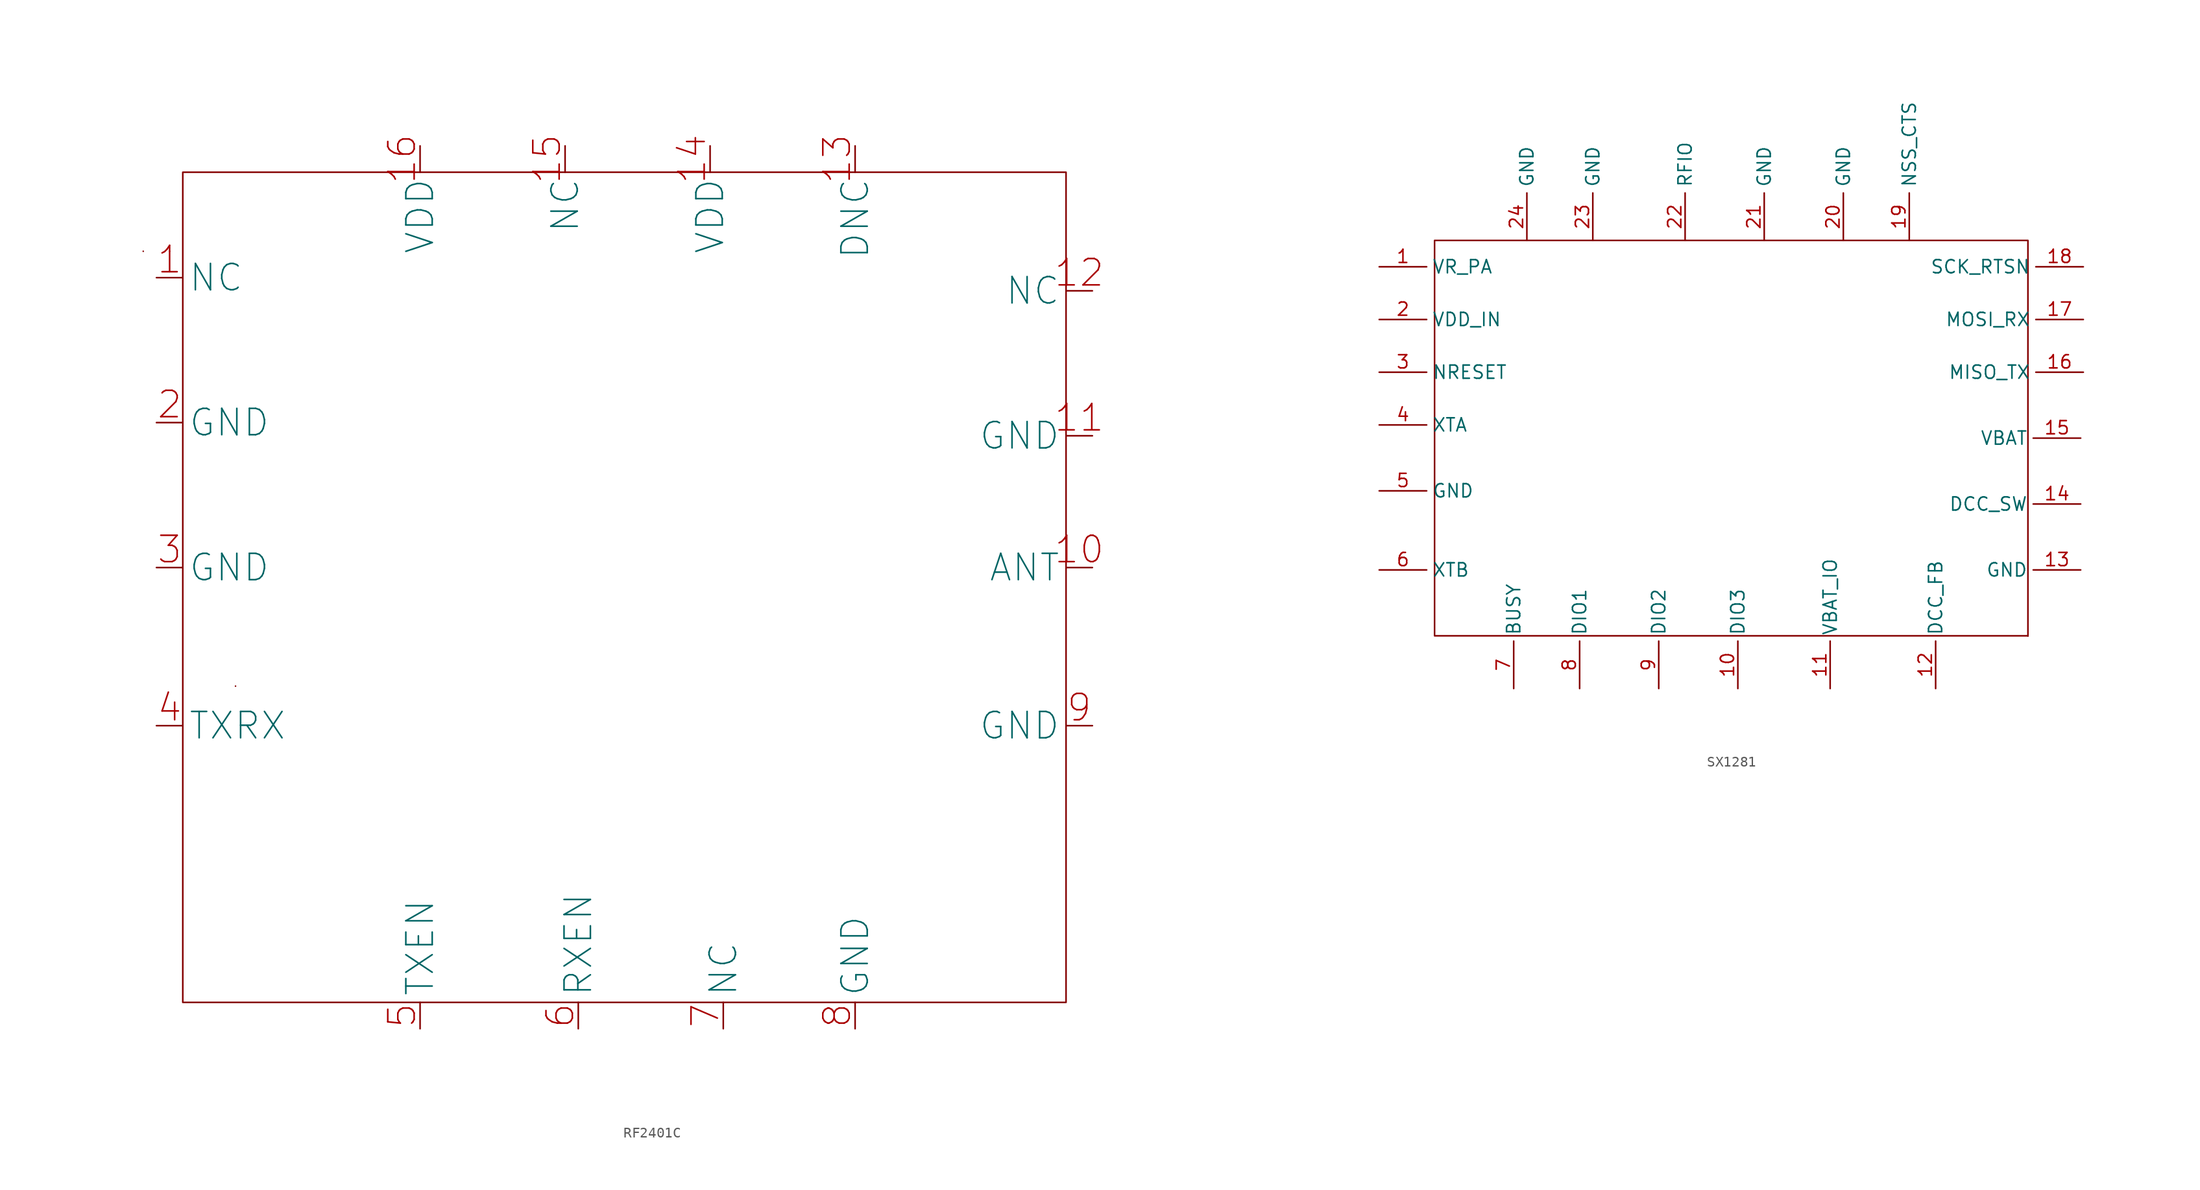
<source format=kicad_sym>
(kicad_symbol_lib
  (version 20241209)
  (generator "kicad_symbol_editor")
  (generator_version "9.0")
  (symbol "RF2401C"
    (property "Reference" "U"
      (at -90.17 -13.97 0)
      (effects (font (size 1.27 1.27)) (hide yes)))
    (property "Value" ""
      (at 0 0 0)
      (effects (font (size 1.27 1.27))))
    (symbol "RF2401C_0_1"
      (rectangle (start -97.79 27.94) (end -97.79 27.94) (stroke (width 0) (type default)) (fill (type none)))
      (rectangle (start -95.25 27.94) (end -95.25 27.94) (stroke (width 0) (type default)) (fill (type none)))
      (rectangle (start -93.98 35.56) (end -8.89 -44.45) (stroke (width 0) (type default)) (fill (type none)))
      (rectangle (start -88.9 -13.97) (end -88.9 -13.97) (stroke (width 0) (type default)) (fill (type none))))
    (symbol "RF2401C_1_1"
      (pin input line (at -96.52 25.4 0) (length 2.54) (name "NC" (effects (font (size 2.54 2.54)))) (number "1" (effects (font (size 2.54 2.54)))))
      (pin input line (at -96.52 11.43 0) (length 2.54) (name "GND" (effects (font (size 2.54 2.54)))) (number "2" (effects (font (size 2.54 2.54)))))
      (pin input line (at -96.52 -2.54 0) (length 2.54) (name "GND" (effects (font (size 2.54 2.54)))) (number "3" (effects (font (size 2.54 2.54)))))
      (pin input line (at -96.52 -17.78 0) (length 2.54) (name "TXRX" (effects (font (size 2.54 2.54)))) (number "4" (effects (font (size 2.54 2.54)))))
      (pin input line (at -71.12 38.1 270) (length 2.54) (name "VDD" (effects (font (size 2.54 2.54)))) (number "16" (effects (font (size 2.54 2.54)))))
      (pin input line (at -71.12 -46.99 90) (length 2.54) (name "TXEN" (effects (font (size 2.54 2.54)))) (number "5" (effects (font (size 2.54 2.54)))))
      (pin input line (at -57.15 38.1 270) (length 2.54) (name "NC" (effects (font (size 2.54 2.54)))) (number "15" (effects (font (size 2.54 2.54)))))
      (pin input line (at -55.88 -46.99 90) (length 2.54) (name "RXEN" (effects (font (size 2.54 2.54)))) (number "6" (effects (font (size 2.54 2.54)))))
      (pin input line (at -43.18 38.1 270) (length 2.54) (name "VDD" (effects (font (size 2.54 2.54)))) (number "14" (effects (font (size 2.54 2.54)))))
      (pin input line (at -41.91 -46.99 90) (length 2.54) (name "NC" (effects (font (size 2.54 2.54)))) (number "7" (effects (font (size 2.54 2.54)))))
      (pin input line (at -29.21 38.1 270) (length 2.54) (name "DNC" (effects (font (size 2.54 2.54)))) (number "13" (effects (font (size 2.54 2.54)))))
      (pin input line (at -29.21 -46.99 90) (length 2.54) (name "GND" (effects (font (size 2.54 2.54)))) (number "8" (effects (font (size 2.54 2.54)))))
      (pin input line (at -6.35 24.13 180) (length 2.54) (name "NC" (effects (font (size 2.54 2.54)))) (number "12" (effects (font (size 2.54 2.54)))))
      (pin input line (at -6.35 10.16 180) (length 2.54) (name "GND" (effects (font (size 2.54 2.54)))) (number "11" (effects (font (size 2.54 2.54)))))
      (pin input line (at -6.35 -2.54 180) (length 2.54) (name "ANT" (effects (font (size 2.54 2.54)))) (number "10" (effects (font (size 2.54 2.54)))))
      (pin input line (at -6.35 -17.78 180) (length 2.54) (name "GND" (effects (font (size 2.54 2.54)))) (number "9" (effects (font (size 2.54 2.54)))))))
  (symbol "SX1281"
    (property "Reference" "U"
      (at 0 0 0)
      (effects (font (size 1.27 1.27)) (hide yes)))
    (property "Value" ""
      (at 0 0 0)
      (effects (font (size 1.27 1.27))))
    (symbol "SX1281_0_1"
      (rectangle (start 25.4 -38.1) (end -31.75 0) (stroke (width 0) (type default)) (fill (type none)))
      (rectangle (start 25.4 -38.1) (end 25.4 -38.1) (stroke (width 0) (type default)) (fill (type none)))
      (rectangle (start 25.4 -38.1) (end 25.4 -38.1) (stroke (width 0) (type default)) (fill (type none)))
      (rectangle (start 25.4 -38.1) (end 25.4 -38.1) (stroke (width 0) (type default)) (fill (type none))))
    (symbol "SX1281_1_1"
      (pin input line (at -37.084 -2.54 0) (length 4.572) (name "VR_PA" (effects (font (size 1.27 1.27)))) (number "1" (effects (font (size 1.27 1.27)))))
      (pin input line (at -37.084 -7.62 0) (length 4.572) (name "VDD_IN" (effects (font (size 1.27 1.27)))) (number "2" (effects (font (size 1.27 1.27)))))
      (pin input line (at -37.084 -12.7 0) (length 4.572) (name "NRESET" (effects (font (size 1.27 1.27)))) (number "3" (effects (font (size 1.27 1.27)))))
      (pin input line (at -37.084 -17.78 0) (length 4.572) (name "XTA" (effects (font (size 1.27 1.27)))) (number "4" (effects (font (size 1.27 1.27)))))
      (pin input line (at -37.084 -24.13 0) (length 4.572) (name "GND" (effects (font (size 1.27 1.27)))) (number "5" (effects (font (size 1.27 1.27)))))
      (pin input line (at -37.084 -31.75 0) (length 4.572) (name "XTB" (effects (font (size 1.27 1.27)))) (number "6" (effects (font (size 1.27 1.27)))))
      (pin input line (at -24.13 -43.18 90) (length 4.572) (name "BUSY" (effects (font (size 1.27 1.27)))) (number "7" (effects (font (size 1.27 1.27)))))
      (pin power_in line (at -22.86 0 90) (length 4.572) (name "GND" (effects (font (size 1.27 1.27)))) (number "24" (effects (font (size 1.27 1.27)))))
      (pin bidirectional line (at -17.78 -43.18 90) (length 4.572) (name "DIO1" (effects (font (size 1.27 1.27)))) (number "8" (effects (font (size 1.27 1.27)))))
      (pin power_in line (at -16.51 0 90) (length 4.572) (name "GND" (effects (font (size 1.27 1.27)))) (number "23" (effects (font (size 1.27 1.27)))))
      (pin bidirectional line (at -10.16 -43.18 90) (length 4.572) (name "DIO2" (effects (font (size 1.27 1.27)))) (number "9" (effects (font (size 1.27 1.27)))))
      (pin bidirectional line (at -7.62 0 90) (length 4.572) (name "RFIO" (effects (font (size 1.27 1.27)))) (number "22" (effects (font (size 1.27 1.27)))))
      (pin bidirectional line (at -2.54 -43.18 90) (length 4.572) (name "DIO3" (effects (font (size 1.27 1.27)))) (number "10" (effects (font (size 1.27 1.27)))))
      (pin power_in line (at 0 0 90) (length 4.572) (name "GND" (effects (font (size 1.27 1.27)))) (number "21" (effects (font (size 1.27 1.27)))))
      (pin bidirectional line (at 6.35 -43.18 90) (length 4.572) (name "VBAT_IO" (effects (font (size 1.27 1.27)))) (number "11" (effects (font (size 1.27 1.27)))))
      (pin power_in line (at 7.62 0 90) (length 4.572) (name "GND" (effects (font (size 1.27 1.27)))) (number "20" (effects (font (size 1.27 1.27)))))
      (pin input line (at 13.97 0 90) (length 4.572) (name "NSS_CTS" (effects (font (size 1.27 1.27)))) (number "19" (effects (font (size 1.27 1.27)))))
      (pin bidirectional line (at 16.51 -43.18 90) (length 4.572) (name "DCC_FB" (effects (font (size 1.27 1.27)))) (number "12" (effects (font (size 1.27 1.27)))))
      (pin power_in line (at 30.48 -19.05 180) (length 4.572) (name "VBAT" (effects (font (size 1.27 1.27)))) (number "15" (effects (font (size 1.27 1.27)))))
      (pin bidirectional line (at 30.48 -25.4 180) (length 4.572) (name "DCC_SW" (effects (font (size 1.27 1.27)))) (number "14" (effects (font (size 1.27 1.27)))))
      (pin input line (at 30.48 -31.75 180) (length 4.572) (name "GND" (effects (font (size 1.27 1.27)))) (number "13" (effects (font (size 1.27 1.27)))))
      (pin input line (at 30.734 -2.54 180) (length 4.572) (name "SCK_RTSN" (effects (font (size 1.27 1.27)))) (number "18" (effects (font (size 1.27 1.27)))))
      (pin input line (at 30.734 -7.62 180) (length 4.572) (name "MOSI_RX" (effects (font (size 1.27 1.27)))) (number "17" (effects (font (size 1.27 1.27)))))
      (pin output line (at 30.734 -12.7 180) (length 4.572) (name "MISO_TX" (effects (font (size 1.27 1.27)))) (number "16" (effects (font (size 1.27 1.27))))))))
</source>
